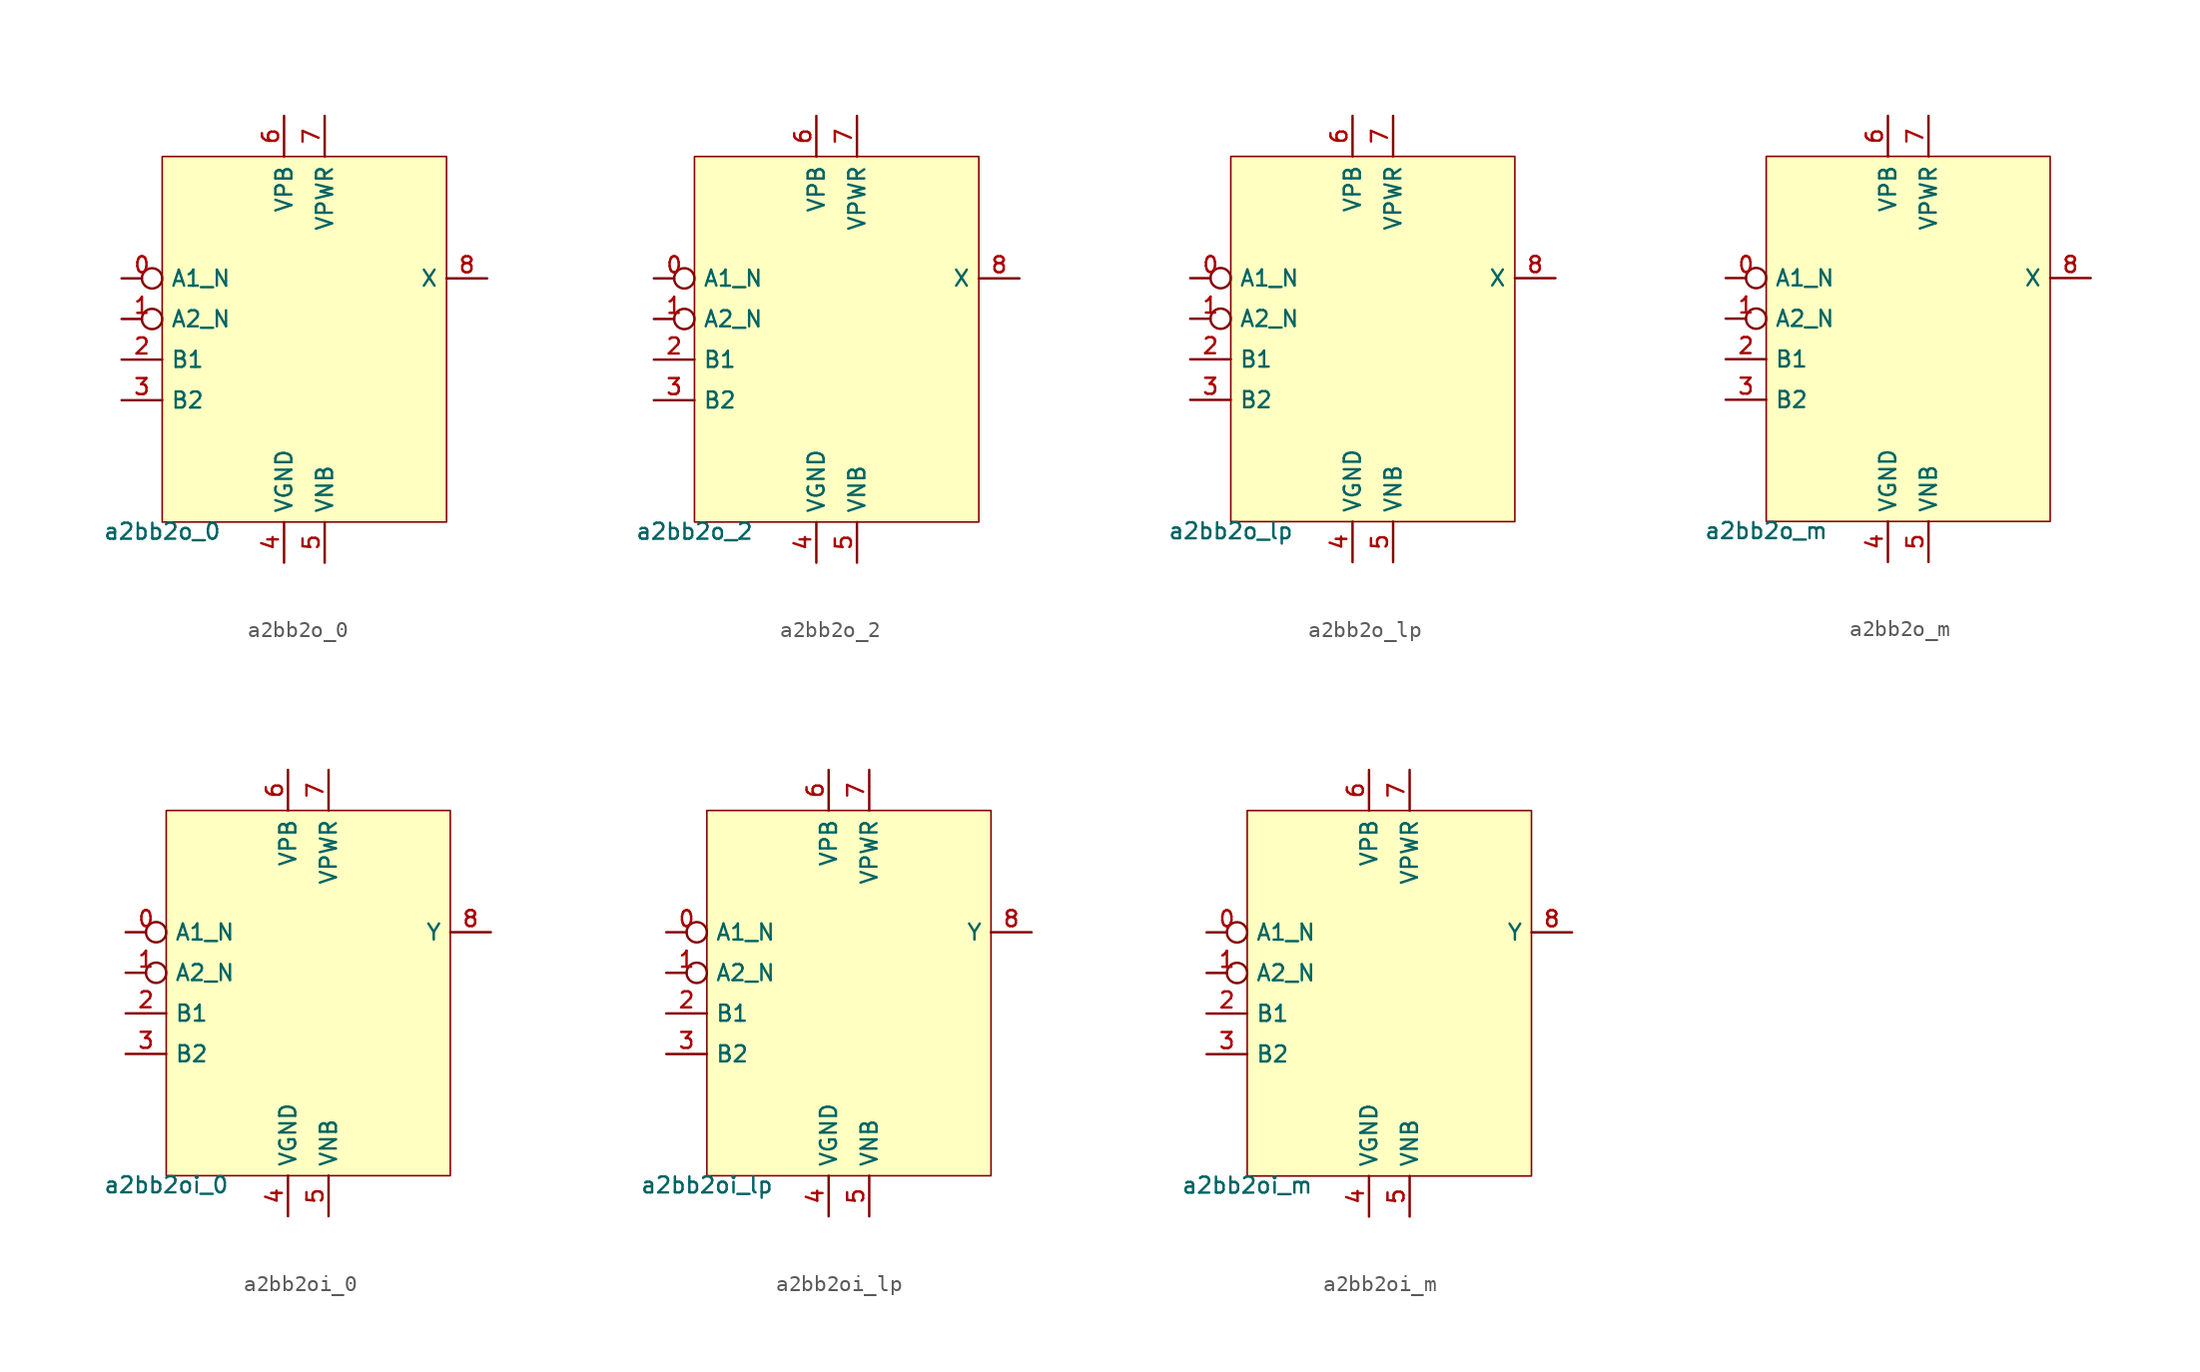
<source format=kicad_sym>
(kicad_symbol_lib
  (version 20211014)
  (generator pdk2kicad)
  (symbol "a2bb2o_0"
    (property "Reference" "X"
      (at 0 0 0)
      (effects (font (size 1 1)) hide))
    (property "Value" "a2bb2o_0"
      (at -8.89 -11.43 0)
      (effects (font (size 1 1)) (justify top)))
    (rectangle
      (start -8.89 -11.43)
      (end 8.89 11.43)
      (stroke (width 0.1) (type solid) (color 0 0 0 0))
      (fill (type background)))
    (pin input inverted
      (at -11.43 3.81 0)
      (length 2.54)
      (name "A1_N" (effects (font (size 1 1)) hide))
      (number "0" (effects (font (size 1 1)) hide)))
    (pin input inverted
      (at -11.43 1.27 0)
      (length 2.54)
      (name "A2_N" (effects (font (size 1 1)) hide))
      (number "1" (effects (font (size 1 1)) hide)))
    (pin input line
      (at -11.43 -1.27 0)
      (length 2.54)
      (name "B1" (effects (font (size 1 1)) hide))
      (number "2" (effects (font (size 1 1)) hide)))
    (pin input line
      (at -11.43 -3.81 0)
      (length 2.54)
      (name "B2" (effects (font (size 1 1)) hide))
      (number "3" (effects (font (size 1 1)) hide)))
    (pin power_in line
      (at -1.27 -13.97 90)
      (length 2.54)
      (name "VGND" (effects (font (size 1 1)) hide))
      (number "4" (effects (font (size 1 1)) hide)))
    (pin power_in line
      (at 1.27 -13.97 90)
      (length 2.54)
      (name "VNB" (effects (font (size 1 1)) hide))
      (number "5" (effects (font (size 1 1)) hide)))
    (pin power_in line
      (at -1.27 13.97 270)
      (length 2.54)
      (name "VPB" (effects (font (size 1 1)) hide))
      (number "6" (effects (font (size 1 1)) hide)))
    (pin power_in line
      (at 1.27 13.97 270)
      (length 2.54)
      (name "VPWR" (effects (font (size 1 1)) hide))
      (number "7" (effects (font (size 1 1)) hide)))
    (pin output line
      (at 11.43 3.81 180)
      (length 2.54)
      (name "X" (effects (font (size 1 1)) hide))
      (number "8" (effects (font (size 1 1)) hide))))
  (symbol "a2bb2o_2"
    (property "Reference" "X"
      (at 0 0 0)
      (effects (font (size 1 1)) hide))
    (property "Value" "a2bb2o_2"
      (at -8.89 -11.43 0)
      (effects (font (size 1 1)) (justify top)))
    (rectangle
      (start -8.89 -11.43)
      (end 8.89 11.43)
      (stroke (width 0.1) (type solid) (color 0 0 0 0))
      (fill (type background)))
    (pin input inverted
      (at -11.43 3.81 0)
      (length 2.54)
      (name "A1_N" (effects (font (size 1 1)) hide))
      (number "0" (effects (font (size 1 1)) hide)))
    (pin input inverted
      (at -11.43 1.27 0)
      (length 2.54)
      (name "A2_N" (effects (font (size 1 1)) hide))
      (number "1" (effects (font (size 1 1)) hide)))
    (pin input line
      (at -11.43 -1.27 0)
      (length 2.54)
      (name "B1" (effects (font (size 1 1)) hide))
      (number "2" (effects (font (size 1 1)) hide)))
    (pin input line
      (at -11.43 -3.81 0)
      (length 2.54)
      (name "B2" (effects (font (size 1 1)) hide))
      (number "3" (effects (font (size 1 1)) hide)))
    (pin power_in line
      (at -1.27 -13.97 90)
      (length 2.54)
      (name "VGND" (effects (font (size 1 1)) hide))
      (number "4" (effects (font (size 1 1)) hide)))
    (pin power_in line
      (at 1.27 -13.97 90)
      (length 2.54)
      (name "VNB" (effects (font (size 1 1)) hide))
      (number "5" (effects (font (size 1 1)) hide)))
    (pin power_in line
      (at -1.27 13.97 270)
      (length 2.54)
      (name "VPB" (effects (font (size 1 1)) hide))
      (number "6" (effects (font (size 1 1)) hide)))
    (pin power_in line
      (at 1.27 13.97 270)
      (length 2.54)
      (name "VPWR" (effects (font (size 1 1)) hide))
      (number "7" (effects (font (size 1 1)) hide)))
    (pin output line
      (at 11.43 3.81 180)
      (length 2.54)
      (name "X" (effects (font (size 1 1)) hide))
      (number "8" (effects (font (size 1 1)) hide))))
  (symbol "a2bb2o_lp"
    (property "Reference" "X"
      (at 0 0 0)
      (effects (font (size 1 1)) hide))
    (property "Value" "a2bb2o_lp"
      (at -8.89 -11.43 0)
      (effects (font (size 1 1)) (justify top)))
    (rectangle
      (start -8.89 -11.43)
      (end 8.89 11.43)
      (stroke (width 0.1) (type solid) (color 0 0 0 0))
      (fill (type background)))
    (pin input inverted
      (at -11.43 3.81 0)
      (length 2.54)
      (name "A1_N" (effects (font (size 1 1)) hide))
      (number "0" (effects (font (size 1 1)) hide)))
    (pin input inverted
      (at -11.43 1.27 0)
      (length 2.54)
      (name "A2_N" (effects (font (size 1 1)) hide))
      (number "1" (effects (font (size 1 1)) hide)))
    (pin input line
      (at -11.43 -1.27 0)
      (length 2.54)
      (name "B1" (effects (font (size 1 1)) hide))
      (number "2" (effects (font (size 1 1)) hide)))
    (pin input line
      (at -11.43 -3.81 0)
      (length 2.54)
      (name "B2" (effects (font (size 1 1)) hide))
      (number "3" (effects (font (size 1 1)) hide)))
    (pin power_in line
      (at -1.27 -13.97 90)
      (length 2.54)
      (name "VGND" (effects (font (size 1 1)) hide))
      (number "4" (effects (font (size 1 1)) hide)))
    (pin power_in line
      (at 1.27 -13.97 90)
      (length 2.54)
      (name "VNB" (effects (font (size 1 1)) hide))
      (number "5" (effects (font (size 1 1)) hide)))
    (pin power_in line
      (at -1.27 13.97 270)
      (length 2.54)
      (name "VPB" (effects (font (size 1 1)) hide))
      (number "6" (effects (font (size 1 1)) hide)))
    (pin power_in line
      (at 1.27 13.97 270)
      (length 2.54)
      (name "VPWR" (effects (font (size 1 1)) hide))
      (number "7" (effects (font (size 1 1)) hide)))
    (pin output line
      (at 11.43 3.81 180)
      (length 2.54)
      (name "X" (effects (font (size 1 1)) hide))
      (number "8" (effects (font (size 1 1)) hide))))
  (symbol "a2bb2o_m"
    (property "Reference" "X"
      (at 0 0 0)
      (effects (font (size 1 1)) hide))
    (property "Value" "a2bb2o_m"
      (at -8.89 -11.43 0)
      (effects (font (size 1 1)) (justify top)))
    (rectangle
      (start -8.89 -11.43)
      (end 8.89 11.43)
      (stroke (width 0.1) (type solid) (color 0 0 0 0))
      (fill (type background)))
    (pin input inverted
      (at -11.43 3.81 0)
      (length 2.54)
      (name "A1_N" (effects (font (size 1 1)) hide))
      (number "0" (effects (font (size 1 1)) hide)))
    (pin input inverted
      (at -11.43 1.27 0)
      (length 2.54)
      (name "A2_N" (effects (font (size 1 1)) hide))
      (number "1" (effects (font (size 1 1)) hide)))
    (pin input line
      (at -11.43 -1.27 0)
      (length 2.54)
      (name "B1" (effects (font (size 1 1)) hide))
      (number "2" (effects (font (size 1 1)) hide)))
    (pin input line
      (at -11.43 -3.81 0)
      (length 2.54)
      (name "B2" (effects (font (size 1 1)) hide))
      (number "3" (effects (font (size 1 1)) hide)))
    (pin power_in line
      (at -1.27 -13.97 90)
      (length 2.54)
      (name "VGND" (effects (font (size 1 1)) hide))
      (number "4" (effects (font (size 1 1)) hide)))
    (pin power_in line
      (at 1.27 -13.97 90)
      (length 2.54)
      (name "VNB" (effects (font (size 1 1)) hide))
      (number "5" (effects (font (size 1 1)) hide)))
    (pin power_in line
      (at -1.27 13.97 270)
      (length 2.54)
      (name "VPB" (effects (font (size 1 1)) hide))
      (number "6" (effects (font (size 1 1)) hide)))
    (pin power_in line
      (at 1.27 13.97 270)
      (length 2.54)
      (name "VPWR" (effects (font (size 1 1)) hide))
      (number "7" (effects (font (size 1 1)) hide)))
    (pin output line
      (at 11.43 3.81 180)
      (length 2.54)
      (name "X" (effects (font (size 1 1)) hide))
      (number "8" (effects (font (size 1 1)) hide))))
  (symbol "a2bb2oi_0"
    (property "Reference" "X"
      (at 0 0 0)
      (effects (font (size 1 1)) hide))
    (property "Value" "a2bb2oi_0"
      (at -8.89 -11.43 0)
      (effects (font (size 1 1)) (justify top)))
    (rectangle
      (start -8.89 -11.43)
      (end 8.89 11.43)
      (stroke (width 0.1) (type solid) (color 0 0 0 0))
      (fill (type background)))
    (pin input inverted
      (at -11.43 3.81 0)
      (length 2.54)
      (name "A1_N" (effects (font (size 1 1)) hide))
      (number "0" (effects (font (size 1 1)) hide)))
    (pin input inverted
      (at -11.43 1.27 0)
      (length 2.54)
      (name "A2_N" (effects (font (size 1 1)) hide))
      (number "1" (effects (font (size 1 1)) hide)))
    (pin input line
      (at -11.43 -1.27 0)
      (length 2.54)
      (name "B1" (effects (font (size 1 1)) hide))
      (number "2" (effects (font (size 1 1)) hide)))
    (pin input line
      (at -11.43 -3.81 0)
      (length 2.54)
      (name "B2" (effects (font (size 1 1)) hide))
      (number "3" (effects (font (size 1 1)) hide)))
    (pin power_in line
      (at -1.27 -13.97 90)
      (length 2.54)
      (name "VGND" (effects (font (size 1 1)) hide))
      (number "4" (effects (font (size 1 1)) hide)))
    (pin power_in line
      (at 1.27 -13.97 90)
      (length 2.54)
      (name "VNB" (effects (font (size 1 1)) hide))
      (number "5" (effects (font (size 1 1)) hide)))
    (pin power_in line
      (at -1.27 13.97 270)
      (length 2.54)
      (name "VPB" (effects (font (size 1 1)) hide))
      (number "6" (effects (font (size 1 1)) hide)))
    (pin power_in line
      (at 1.27 13.97 270)
      (length 2.54)
      (name "VPWR" (effects (font (size 1 1)) hide))
      (number "7" (effects (font (size 1 1)) hide)))
    (pin output line
      (at 11.43 3.81 180)
      (length 2.54)
      (name "Y" (effects (font (size 1 1)) hide))
      (number "8" (effects (font (size 1 1)) hide))))
  (symbol "a2bb2oi_lp"
    (property "Reference" "X"
      (at 0 0 0)
      (effects (font (size 1 1)) hide))
    (property "Value" "a2bb2oi_lp"
      (at -8.89 -11.43 0)
      (effects (font (size 1 1)) (justify top)))
    (rectangle
      (start -8.89 -11.43)
      (end 8.89 11.43)
      (stroke (width 0.1) (type solid) (color 0 0 0 0))
      (fill (type background)))
    (pin input inverted
      (at -11.43 3.81 0)
      (length 2.54)
      (name "A1_N" (effects (font (size 1 1)) hide))
      (number "0" (effects (font (size 1 1)) hide)))
    (pin input inverted
      (at -11.43 1.27 0)
      (length 2.54)
      (name "A2_N" (effects (font (size 1 1)) hide))
      (number "1" (effects (font (size 1 1)) hide)))
    (pin input line
      (at -11.43 -1.27 0)
      (length 2.54)
      (name "B1" (effects (font (size 1 1)) hide))
      (number "2" (effects (font (size 1 1)) hide)))
    (pin input line
      (at -11.43 -3.81 0)
      (length 2.54)
      (name "B2" (effects (font (size 1 1)) hide))
      (number "3" (effects (font (size 1 1)) hide)))
    (pin power_in line
      (at -1.27 -13.97 90)
      (length 2.54)
      (name "VGND" (effects (font (size 1 1)) hide))
      (number "4" (effects (font (size 1 1)) hide)))
    (pin power_in line
      (at 1.27 -13.97 90)
      (length 2.54)
      (name "VNB" (effects (font (size 1 1)) hide))
      (number "5" (effects (font (size 1 1)) hide)))
    (pin power_in line
      (at -1.27 13.97 270)
      (length 2.54)
      (name "VPB" (effects (font (size 1 1)) hide))
      (number "6" (effects (font (size 1 1)) hide)))
    (pin power_in line
      (at 1.27 13.97 270)
      (length 2.54)
      (name "VPWR" (effects (font (size 1 1)) hide))
      (number "7" (effects (font (size 1 1)) hide)))
    (pin output line
      (at 11.43 3.81 180)
      (length 2.54)
      (name "Y" (effects (font (size 1 1)) hide))
      (number "8" (effects (font (size 1 1)) hide))))
  (symbol "a2bb2oi_m"
    (property "Reference" "X"
      (at 0 0 0)
      (effects (font (size 1 1)) hide))
    (property "Value" "a2bb2oi_m"
      (at -8.89 -11.43 0)
      (effects (font (size 1 1)) (justify top)))
    (rectangle
      (start -8.89 -11.43)
      (end 8.89 11.43)
      (stroke (width 0.1) (type solid) (color 0 0 0 0))
      (fill (type background)))
    (pin input inverted
      (at -11.43 3.81 0)
      (length 2.54)
      (name "A1_N" (effects (font (size 1 1)) hide))
      (number "0" (effects (font (size 1 1)) hide)))
    (pin input inverted
      (at -11.43 1.27 0)
      (length 2.54)
      (name "A2_N" (effects (font (size 1 1)) hide))
      (number "1" (effects (font (size 1 1)) hide)))
    (pin input line
      (at -11.43 -1.27 0)
      (length 2.54)
      (name "B1" (effects (font (size 1 1)) hide))
      (number "2" (effects (font (size 1 1)) hide)))
    (pin input line
      (at -11.43 -3.81 0)
      (length 2.54)
      (name "B2" (effects (font (size 1 1)) hide))
      (number "3" (effects (font (size 1 1)) hide)))
    (pin power_in line
      (at -1.27 -13.97 90)
      (length 2.54)
      (name "VGND" (effects (font (size 1 1)) hide))
      (number "4" (effects (font (size 1 1)) hide)))
    (pin power_in line
      (at 1.27 -13.97 90)
      (length 2.54)
      (name "VNB" (effects (font (size 1 1)) hide))
      (number "5" (effects (font (size 1 1)) hide)))
    (pin power_in line
      (at -1.27 13.97 270)
      (length 2.54)
      (name "VPB" (effects (font (size 1 1)) hide))
      (number "6" (effects (font (size 1 1)) hide)))
    (pin power_in line
      (at 1.27 13.97 270)
      (length 2.54)
      (name "VPWR" (effects (font (size 1 1)) hide))
      (number "7" (effects (font (size 1 1)) hide)))
    (pin output line
      (at 11.43 3.81 180)
      (length 2.54)
      (name "Y" (effects (font (size 1 1)) hide))
      (number "8" (effects (font (size 1 1)) hide)))))
</source>
